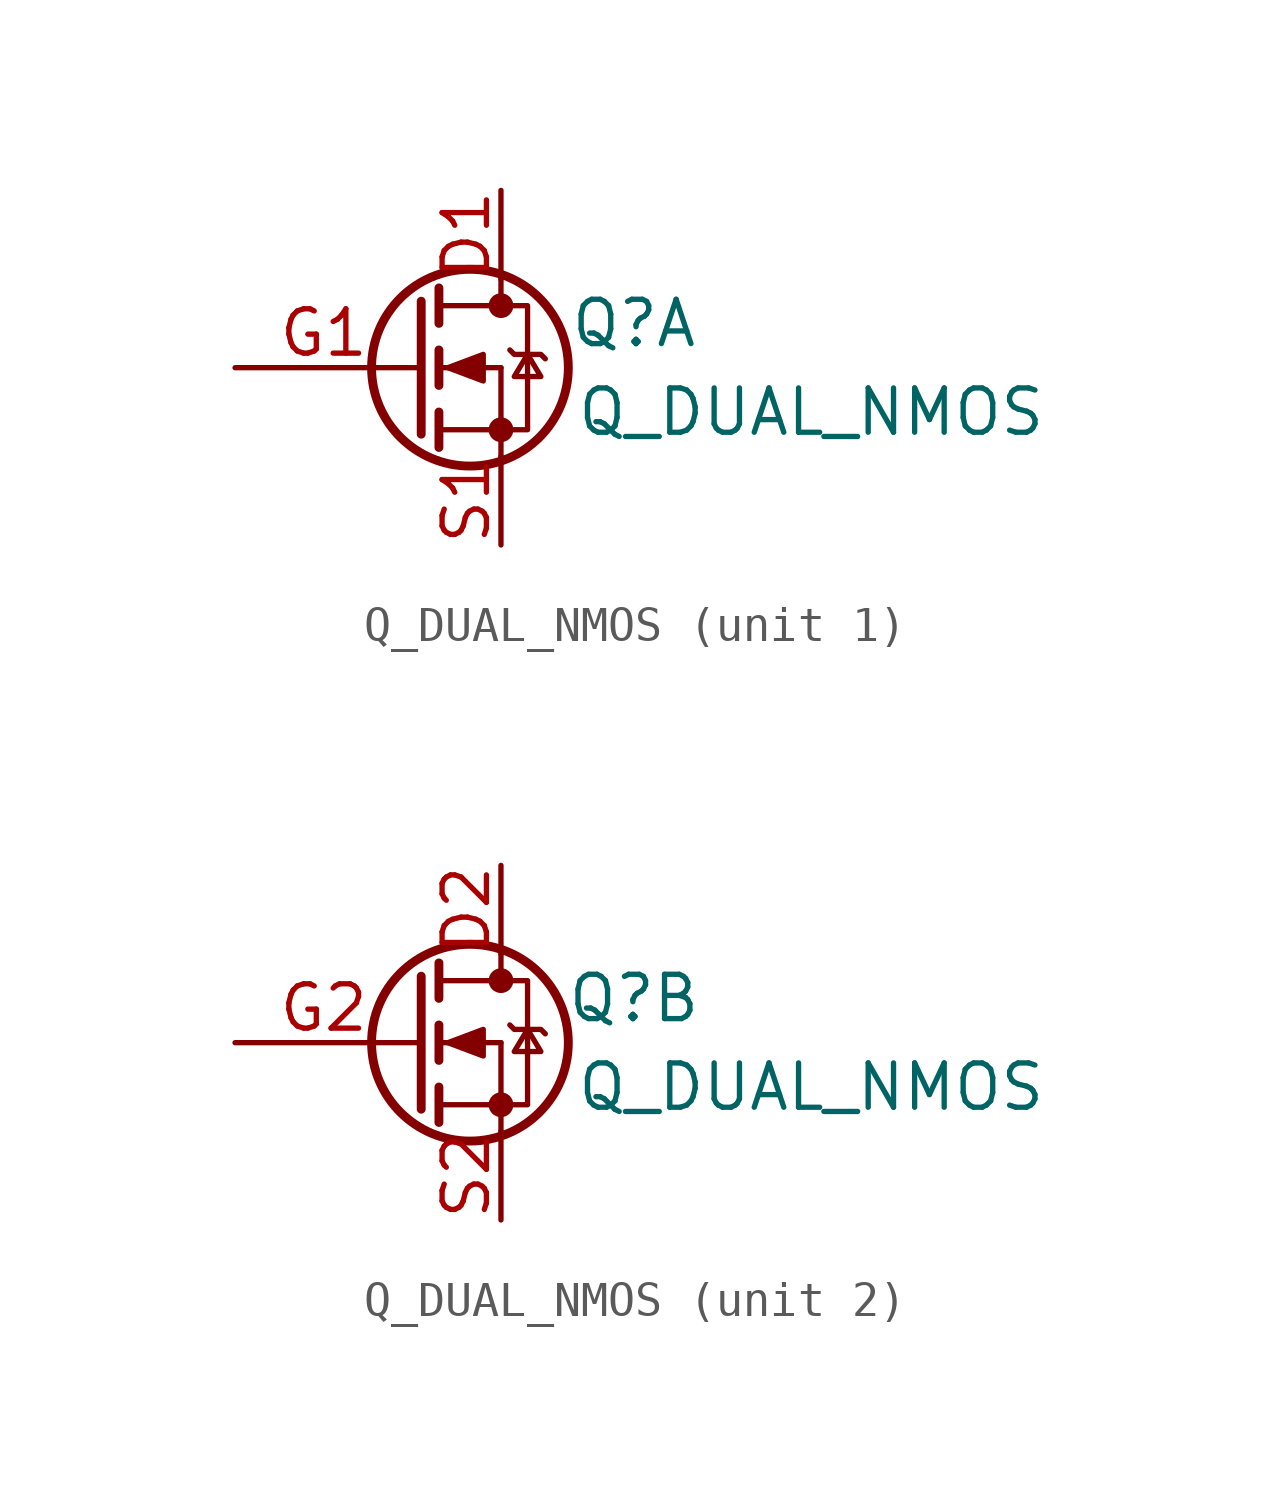
<source format=kicad_sym>
(kicad_symbol_lib
  (version 20220914)
  (generator kicad_symbol_editor)
  (symbol "Q_DUAL_NMOS"
    (pin_names
      (offset 0) hide)
    (property "Reference" "Q"
      (at 6.35 1.27 0)
      (effects (font (size 1.27 1.27))))
    (property "Value" "Q_DUAL_NMOS"
      (at 11.43 -1.27 0)
      (effects (font (size 1.27 1.27))))
    (symbol "Q_DUAL_NMOS_1_1"
      (polyline (pts (xy 0.051 0) (xy 0.254 0)) (stroke (width 0) (type default)) (fill (type none)))
      (polyline (pts (xy 0.762 -1.778) (xy 2.54 -1.778)) (stroke (width 0) (type default)) (fill (type none)))
      (polyline (pts (xy 0.762 -1.27) (xy 0.762 -2.286)) (stroke (width 0.254) (type default)) (fill (type none)))
      (polyline (pts (xy 0.762 0) (xy 2.54 0)) (stroke (width 0) (type default)) (fill (type none)))
      (polyline (pts (xy 0.762 0.508) (xy 0.762 -0.508)) (stroke (width 0.254) (type default)) (fill (type none)))
      (polyline (pts (xy 0.762 1.778) (xy 2.54 1.778)) (stroke (width 0) (type default)) (fill (type none)))
      (polyline (pts (xy 0.762 2.286) (xy 0.762 1.27)) (stroke (width 0.254) (type default)) (fill (type none)))
      (polyline (pts (xy 2.54 -1.778) (xy 2.54 -2.54)) (stroke (width 0) (type default)) (fill (type none)))
      (polyline (pts (xy 2.54 -1.778) (xy 2.54 0)) (stroke (width 0) (type default)) (fill (type none)))
      (polyline (pts (xy 2.54 2.54) (xy 2.54 1.778)) (stroke (width 0) (type default)) (fill (type none)))
      (polyline (pts (xy 0.254 1.905) (xy 0.254 -1.905) (xy 0.254 -1.905)) (stroke (width 0.254) (type default)) (fill (type none)))
      (polyline (pts (xy 1.016 0) (xy 2.032 0.381) (xy 2.032 -0.381) (xy 1.016 0)) (stroke (width 0) (type default)) (fill (type outline)))
      (polyline (pts (xy 2.54 -1.778) (xy 3.302 -1.778) (xy 3.302 1.778) (xy 2.54 1.778)) (stroke (width 0) (type default)) (fill (type none)))
      (polyline (pts (xy 2.794 0.508) (xy 2.921 0.381) (xy 3.683 0.381) (xy 3.81 0.254)) (stroke (width 0) (type default)) (fill (type none)))
      (polyline (pts (xy 3.302 0.381) (xy 2.921 -0.254) (xy 3.683 -0.254) (xy 3.302 0.381)) (stroke (width 0) (type default)) (fill (type none)))
      (circle (center 1.651 0) (radius 2.819) (stroke (width 0.254) (type default)) (fill (type none)))
      (circle (center 2.54 -1.778) (radius 0.279) (stroke (width 0) (type default)) (fill (type outline)))
      (circle (center 2.54 1.778) (radius 0.279) (stroke (width 0) (type default)) (fill (type outline)))
      (pin passive line (at 2.54 5.08 270) (length 2.54) (name "D1" (effects (font (size 1.27 1.27)))) (number "D1" (effects (font (size 1.27 1.27)))))
      (pin input line (at -5.08 0 0) (length 5.08) (name "G1" (effects (font (size 1.27 1.27)))) (number "G1" (effects (font (size 1.27 1.27)))))
      (pin passive line (at 2.54 -5.08 90) (length 2.54) (name "S1" (effects (font (size 1.27 1.27)))) (number "S1" (effects (font (size 1.27 1.27))))))
    (symbol "Q_DUAL_NMOS_2_1"
      (polyline (pts (xy 0.051 0) (xy 0.254 0)) (stroke (width 0) (type default)) (fill (type none)))
      (polyline (pts (xy 0.762 -1.778) (xy 2.54 -1.778)) (stroke (width 0) (type default)) (fill (type none)))
      (polyline (pts (xy 0.762 -1.27) (xy 0.762 -2.286)) (stroke (width 0.254) (type default)) (fill (type none)))
      (polyline (pts (xy 0.762 0) (xy 2.54 0)) (stroke (width 0) (type default)) (fill (type none)))
      (polyline (pts (xy 0.762 0.508) (xy 0.762 -0.508)) (stroke (width 0.254) (type default)) (fill (type none)))
      (polyline (pts (xy 0.762 1.778) (xy 2.54 1.778)) (stroke (width 0) (type default)) (fill (type none)))
      (polyline (pts (xy 0.762 2.286) (xy 0.762 1.27)) (stroke (width 0.254) (type default)) (fill (type none)))
      (polyline (pts (xy 2.54 -1.778) (xy 2.54 -2.54)) (stroke (width 0) (type default)) (fill (type none)))
      (polyline (pts (xy 2.54 -1.778) (xy 2.54 0)) (stroke (width 0) (type default)) (fill (type none)))
      (polyline (pts (xy 2.54 2.54) (xy 2.54 1.778)) (stroke (width 0) (type default)) (fill (type none)))
      (polyline (pts (xy 0.254 1.905) (xy 0.254 -1.905) (xy 0.254 -1.905)) (stroke (width 0.254) (type default)) (fill (type none)))
      (polyline (pts (xy 1.016 0) (xy 2.032 0.381) (xy 2.032 -0.381) (xy 1.016 0)) (stroke (width 0) (type default)) (fill (type outline)))
      (polyline (pts (xy 2.54 -1.778) (xy 3.302 -1.778) (xy 3.302 1.778) (xy 2.54 1.778)) (stroke (width 0) (type default)) (fill (type none)))
      (polyline (pts (xy 2.794 0.508) (xy 2.921 0.381) (xy 3.683 0.381) (xy 3.81 0.254)) (stroke (width 0) (type default)) (fill (type none)))
      (polyline (pts (xy 3.302 0.381) (xy 2.921 -0.254) (xy 3.683 -0.254) (xy 3.302 0.381)) (stroke (width 0) (type default)) (fill (type none)))
      (circle (center 1.651 0) (radius 2.819) (stroke (width 0.254) (type default)) (fill (type none)))
      (circle (center 2.54 -1.778) (radius 0.279) (stroke (width 0) (type default)) (fill (type outline)))
      (circle (center 2.54 1.778) (radius 0.279) (stroke (width 0) (type default)) (fill (type outline)))
      (pin passive line (at 2.54 5.08 270) (length 2.54) (name "D1" (effects (font (size 1.27 1.27)))) (number "D2" (effects (font (size 1.27 1.27)))))
      (pin input line (at -5.08 0 0) (length 5.08) (name "G2" (effects (font (size 1.27 1.27)))) (number "G2" (effects (font (size 1.27 1.27)))))
      (pin passive line (at 2.54 -5.08 90) (length 2.54) (name "S1" (effects (font (size 1.27 1.27)))) (number "S2" (effects (font (size 1.27 1.27))))))))
</source>
